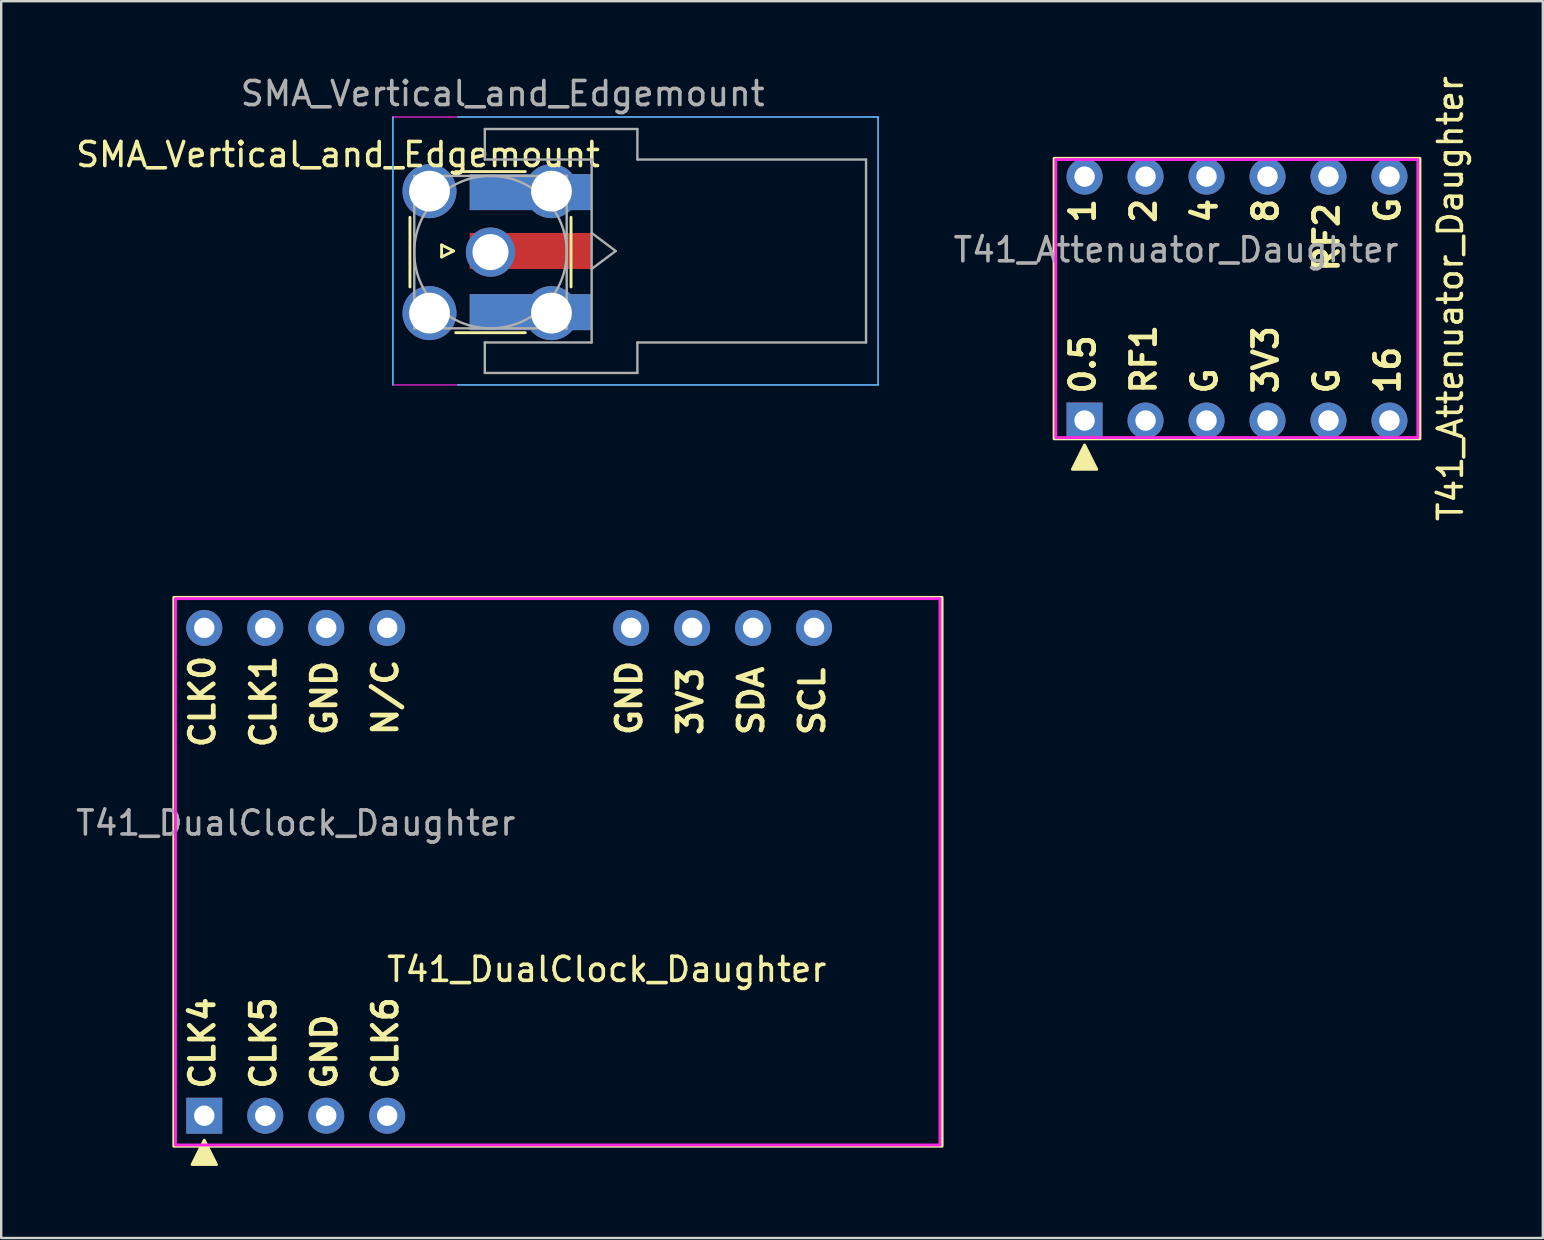
<source format=kicad_pcb>
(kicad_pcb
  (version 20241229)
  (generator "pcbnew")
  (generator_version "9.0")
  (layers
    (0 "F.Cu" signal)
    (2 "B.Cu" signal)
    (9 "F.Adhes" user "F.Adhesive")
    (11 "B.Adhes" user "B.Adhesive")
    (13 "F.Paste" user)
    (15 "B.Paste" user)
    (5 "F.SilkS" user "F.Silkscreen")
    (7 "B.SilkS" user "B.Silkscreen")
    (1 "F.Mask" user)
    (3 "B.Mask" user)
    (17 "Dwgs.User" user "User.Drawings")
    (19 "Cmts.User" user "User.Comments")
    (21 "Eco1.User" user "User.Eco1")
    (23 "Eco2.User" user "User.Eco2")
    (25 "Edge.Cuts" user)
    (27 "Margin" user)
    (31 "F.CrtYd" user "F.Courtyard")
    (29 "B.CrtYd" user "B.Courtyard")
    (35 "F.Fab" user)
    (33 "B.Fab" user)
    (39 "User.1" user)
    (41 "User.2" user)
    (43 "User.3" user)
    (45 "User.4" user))
  (footprint "T41_Attenuator_Daughter"
    (layer "F.Cu")
    (at 42.126 9.387)
    (property "Reference" "T41_Attenuator_Daughter" (at 15.24 0 90) (layer "F.SilkS") (effects (font (size 1 1) (thickness 0.15))))
    (attr through_hole)
    (fp_rect (start 13.97 -5.842) (end -1.27 5.842) (stroke (width 0.12) (type default)) (fill no) (layer "F.SilkS"))
    (fp_poly (pts (xy 0 6.096) (xy -0.508 7.112) (xy 0.508 7.112)) (stroke (width 0.12) (type solid)) (fill yes) (layer "F.SilkS"))
    (fp_rect (start -1.2 -5.79) (end 13.88 5.79) (stroke (width 0.12) (type default)) (fill no) (layer "F.CrtYd"))
    (fp_text user "RF2" (at 10.668 -1.016 90) (unlocked yes) (layer "F.SilkS") (effects (font (size 1 1) (thickness 0.2) (bold yes)) (justify left bottom)))
    (fp_text user "1" (at 0.508 -3.048 90) (unlocked yes) (layer "F.SilkS") (effects (font (size 1 1) (thickness 0.2) (bold yes)) (justify left bottom)))
    (fp_text user "G" (at 13.208 -3.048 90) (unlocked yes) (layer "F.SilkS") (effects (font (size 1 1) (thickness 0.2) (bold yes)) (justify left bottom)))
    (fp_text user "G" (at 10.668 4.064 90) (unlocked yes) (layer "F.SilkS") (effects (font (size 1 1) (thickness 0.2) (bold yes)) (justify left bottom)))
    (fp_text user "0.5" (at 0.508 4.064 90) (unlocked yes) (layer "F.SilkS") (effects (font (size 1 1) (thickness 0.2) (bold yes)) (justify left bottom)))
    (fp_text user "8" (at 8.128 -3.048 90) (unlocked yes) (layer "F.SilkS") (effects (font (size 1 1) (thickness 0.2) (bold yes)) (justify left bottom)))
    (fp_text user "RF1" (at 3.048 4.064 90) (unlocked yes) (layer "F.SilkS") (effects (font (size 1 1) (thickness 0.2) (bold yes)) (justify left bottom)))
    (fp_text user "16" (at 13.208 4.064 90) (unlocked yes) (layer "F.SilkS") (effects (font (size 1 1) (thickness 0.2) (bold yes)) (justify left bottom)))
    (fp_text user "3V3" (at 8.128 4.064 90) (unlocked yes) (layer "F.SilkS") (effects (font (size 1 1) (thickness 0.2) (bold yes)) (justify left bottom)))
    (fp_text user "4" (at 5.588 -3.048 90) (unlocked yes) (layer "F.SilkS") (effects (font (size 1 1) (thickness 0.2) (bold yes)) (justify left bottom)))
    (fp_text user "G" (at 5.588 4.064 90) (unlocked yes) (layer "F.SilkS") (effects (font (size 1 1) (thickness 0.2) (bold yes)) (justify left bottom)))
    (fp_text user "2" (at 3.048 -3.048 90) (unlocked yes) (layer "F.SilkS") (effects (font (size 1 1) (thickness 0.2) (bold yes)) (justify left bottom)))
    (fp_text user "${REFERENCE}" (at 3.81 -2.032 180) (layer "F.Fab") (effects (font (size 1 1) (thickness 0.15))))
    (pad "1" thru_hole rect (at 0 5.08 90) (size 1.5 1.5) (drill 0.85) (layers "*.Cu" "*.Mask"))
    (pad "2" thru_hole circle (at 2.54 5.08 90) (size 1.5 1.5) (drill 0.85) (layers "*.Cu" "*.Mask"))
    (pad "3" thru_hole circle (at 5.08 5.08 90) (size 1.5 1.5) (drill 0.85) (layers "*.Cu" "*.Mask"))
    (pad "4" thru_hole circle (at 7.62 5.08 90) (size 1.5 1.5) (drill 0.85) (layers "*.Cu" "*.Mask"))
    (pad "5" thru_hole circle (at 10.16 5.08 90) (size 1.5 1.5) (drill 0.85) (layers "*.Cu" "*.Mask"))
    (pad "6" thru_hole circle (at 12.7 5.08 90) (size 1.5 1.5) (drill 0.85) (layers "*.Cu" "*.Mask"))
    (pad "7" thru_hole circle (at 12.7 -5.08 90) (size 1.5 1.5) (drill 0.85) (layers "*.Cu" "*.Mask"))
    (pad "8" thru_hole circle (at 10.16 -5.08 90) (size 1.5 1.5) (drill 0.85) (layers "*.Cu" "*.Mask"))
    (pad "9" thru_hole circle (at 7.62 -5.08 90) (size 1.5 1.5) (drill 0.85) (layers "*.Cu" "*.Mask"))
    (pad "10" thru_hole circle (at 5.08 -5.08 90) (size 1.5 1.5) (drill 0.85) (layers "*.Cu" "*.Mask"))
    (pad "11" thru_hole circle (at 2.54 -5.08 90) (size 1.5 1.5) (drill 0.85) (layers "*.Cu" "*.Mask"))
    (pad "12" thru_hole circle (at 0 -5.08 90) (size 1.5 1.5) (drill 0.85) (layers "*.Cu" "*.Mask")))
  (footprint "T41_DualClock_Daughter"
    (layer "F.Cu")
    (at 5.458 33.264)
    (property "Reference" "T41_DualClock_Daughter" (at 16.764 4.064 180) (layer "F.SilkS") (effects (font (size 1 1) (thickness 0.15))))
    (attr through_hole)
    (fp_rect (start 30.734 -11.43) (end -1.27 11.43) (stroke (width 0.12) (type default)) (fill no) (layer "F.SilkS"))
    (fp_poly (pts (xy 0 11.176) (xy -0.508 12.192) (xy 0.508 12.192)) (stroke (width 0.12) (type solid)) (fill yes) (layer "F.SilkS"))
    (fp_rect (start -1.2 -11.378) (end 30.644 11.378) (stroke (width 0.12) (type default)) (fill no) (layer "F.CrtYd"))
    (fp_text user "GND" (at 5.588 9.144 90) (unlocked yes) (layer "F.SilkS") (effects (font (size 1 1) (thickness 0.2) (bold yes)) (justify left bottom)))
    (fp_text user "CLK0" (at 0.508 -5.08 90) (unlocked yes) (layer "F.SilkS") (effects (font (size 1 1) (thickness 0.2) (bold yes)) (justify left bottom)))
    (fp_text user "CLK5" (at 3.048 9.144 90) (unlocked yes) (layer "F.SilkS") (effects (font (size 1 1) (thickness 0.2) (bold yes)) (justify left bottom)))
    (fp_text user "SDA" (at 23.368 -5.588 90) (unlocked yes) (layer "F.SilkS") (effects (font (size 1 1) (thickness 0.2) (bold yes)) (justify left bottom)))
    (fp_text user "N/C" (at 8.128 -5.588 90) (unlocked yes) (layer "F.SilkS") (effects (font (size 1 1) (thickness 0.2) (bold yes)) (justify left bottom)))
    (fp_text user "GND" (at 18.288 -5.588 90) (unlocked yes) (layer "F.SilkS") (effects (font (size 1 1) (thickness 0.2) (bold yes)) (justify left bottom)))
    (fp_text user "SCL" (at 25.908 -5.588 90) (unlocked yes) (layer "F.SilkS") (effects (font (size 1 1) (thickness 0.2) (bold yes)) (justify left bottom)))
    (fp_text user "3V3" (at 20.828 -5.588 90) (unlocked yes) (layer "F.SilkS") (effects (font (size 1 1) (thickness 0.2) (bold yes)) (justify left bottom)))
    (fp_text user "GND" (at 5.588 -5.588 90) (unlocked yes) (layer "F.SilkS") (effects (font (size 1 1) (thickness 0.2) (bold yes)) (justify left bottom)))
    (fp_text user "CLK6" (at 8.128 9.144 90) (unlocked yes) (layer "F.SilkS") (effects (font (size 1 1) (thickness 0.2) (bold yes)) (justify left bottom)))
    (fp_text user "CLK4" (at 0.508 9.144 90) (unlocked yes) (layer "F.SilkS") (effects (font (size 1 1) (thickness 0.2) (bold yes)) (justify left bottom)))
    (fp_text user "CLK1" (at 3.048 -5.08 90) (unlocked yes) (layer "F.SilkS") (effects (font (size 1 1) (thickness 0.2) (bold yes)) (justify left bottom)))
    (fp_text user "${REFERENCE}" (at 3.81 -2.032 180) (layer "F.Fab") (effects (font (size 1 1) (thickness 0.15))))
    (pad "1" thru_hole rect (at 0 10.16 90) (size 1.5 1.5) (drill 0.85) (layers "*.Cu" "*.Mask"))
    (pad "2" thru_hole circle (at 2.54 10.16 90) (size 1.5 1.5) (drill 0.85) (layers "*.Cu" "*.Mask"))
    (pad "3" thru_hole circle (at 5.08 10.16 90) (size 1.5 1.5) (drill 0.85) (layers "*.Cu" "*.Mask"))
    (pad "4" thru_hole circle (at 7.62 10.16 90) (size 1.5 1.5) (drill 0.85) (layers "*.Cu" "*.Mask"))
    (pad "5" thru_hole circle (at 25.4 -10.16 90) (size 1.5 1.5) (drill 0.85) (layers "*.Cu" "*.Mask"))
    (pad "6" thru_hole circle (at 22.86 -10.16 90) (size 1.5 1.5) (drill 0.85) (layers "*.Cu" "*.Mask"))
    (pad "7" thru_hole circle (at 20.32 -10.16 90) (size 1.5 1.5) (drill 0.85) (layers "*.Cu" "*.Mask"))
    (pad "8" thru_hole circle (at 17.78 -10.16 90) (size 1.5 1.5) (drill 0.85) (layers "*.Cu" "*.Mask"))
    (pad "9" thru_hole circle (at 7.62 -10.16 90) (size 1.5 1.5) (drill 0.85) (layers "*.Cu" "*.Mask"))
    (pad "10" thru_hole circle (at 5.08 -10.16 90) (size 1.5 1.5) (drill 0.85) (layers "*.Cu" "*.Mask"))
    (pad "11" thru_hole circle (at 2.54 -10.16 90) (size 1.5 1.5) (drill 0.85) (layers "*.Cu" "*.Mask"))
    (pad "12" thru_hole circle (at 0 -10.16 90) (size 1.5 1.5) (drill 0.85) (layers "*.Cu" "*.Mask")))
  (footprint "SMA_Vertical_and_Edgemount"
    (layer "F.Cu")
    (at 17.38 7.452)
    (property "Reference" "SMA_Vertical_and_Edgemount" (at -6.35 -4.064 0) (layer "F.SilkS") (effects (font (size 1 1) (thickness 0.15))))
    (attr through_hole)
    (fp_line (start -3.355 -1.45) (end -3.355 1.45) (stroke (width 0.12) (type solid)) (layer "F.SilkS"))
    (fp_line (start -2.036 -0.298) (end -2.036 0.202) (stroke (width 0.12) (type solid)) (layer "F.SilkS"))
    (fp_line (start -2.036 0.202) (end -1.536 -0.048) (stroke (width 0.12) (type solid)) (layer "F.SilkS"))
    (fp_line (start -1.536 -0.048) (end -2.036 -0.298) (stroke (width 0.12) (type solid)) (layer "F.SilkS"))
    (fp_line (start -1.45 -3.355) (end 1.45 -3.355) (stroke (width 0.12) (type solid)) (layer "F.SilkS"))
    (fp_line (start -1.45 3.355) (end 1.45 3.355) (stroke (width 0.12) (type solid)) (layer "F.SilkS"))
    (fp_line (start 3.355 -1.45) (end 3.355 1.45) (stroke (width 0.12) (type solid)) (layer "F.SilkS"))
    (fp_line (start -4.064 5.532) (end -4.064 -5.628) (stroke (width 0.05) (type solid)) (layer "B.CrtYd"))
    (fp_line (start 16.144 -5.628) (end -1.366 -5.628) (stroke (width 0.05) (type solid)) (layer "B.CrtYd"))
    (fp_line (start 16.144 -5.628) (end 16.144 5.532) (stroke (width 0.05) (type solid)) (layer "B.CrtYd"))
    (fp_line (start 16.144 5.532) (end -1.366 5.532) (stroke (width 0.05) (type solid)) (layer "B.CrtYd"))
    (fp_line (start -4.064 5.532) (end -4.064 -5.628) (stroke (width 0.05) (type solid)) (layer "F.CrtYd"))
    (fp_line (start 16.144 -5.628) (end -4.064 -5.628) (stroke (width 0.05) (type solid)) (layer "F.CrtYd"))
    (fp_line (start 16.144 -5.628) (end 16.144 5.532) (stroke (width 0.05) (type solid)) (layer "F.CrtYd"))
    (fp_line (start 16.144 5.532) (end -4.064 5.532) (stroke (width 0.05) (type solid)) (layer "F.CrtYd"))
    (fp_line (start -3.175 -3.175) (end -3.175 3.175) (stroke (width 0.1) (type solid)) (layer "F.Fab"))
    (fp_line (start -3.175 -3.175) (end 3.175 -3.175) (stroke (width 0.1) (type solid)) (layer "F.Fab"))
    (fp_line (start -3.175 3.175) (end 3.175 3.175) (stroke (width 0.1) (type solid)) (layer "F.Fab"))
    (fp_line (start -0.236 -5.128) (end -0.236 -3.858) (stroke (width 0.1) (type solid)) (layer "F.Fab"))
    (fp_line (start -0.236 -5.128) (end 6.119 -5.128) (stroke (width 0.1) (type solid)) (layer "F.Fab"))
    (fp_line (start -0.236 -3.858) (end 4.214 -3.858) (stroke (width 0.1) (type solid)) (layer "F.Fab"))
    (fp_line (start -0.236 3.762) (end -0.236 5.032) (stroke (width 0.1) (type solid)) (layer "F.Fab"))
    (fp_line (start -0.236 5.032) (end 6.119 5.032) (stroke (width 0.1) (type solid)) (layer "F.Fab"))
    (fp_line (start 3.175 -3.175) (end 3.175 3.175) (stroke (width 0.1) (type solid)) (layer "F.Fab"))
    (fp_line (start 4.214 -3.858) (end 4.214 3.762) (stroke (width 0.1) (type solid)) (layer "F.Fab"))
    (fp_line (start 4.214 -0.798) (end 5.214 -0.048) (stroke (width 0.1) (type solid)) (layer "F.Fab"))
    (fp_line (start 4.214 3.762) (end -0.236 3.762) (stroke (width 0.1) (type solid)) (layer "F.Fab"))
    (fp_line (start 5.214 -0.048) (end 4.214 0.702) (stroke (width 0.1) (type solid)) (layer "F.Fab"))
    (fp_line (start 6.119 -3.858) (end 6.119 -5.128) (stroke (width 0.1) (type solid)) (layer "F.Fab"))
    (fp_line (start 6.119 -3.858) (end 15.644 -3.858) (stroke (width 0.1) (type solid)) (layer "F.Fab"))
    (fp_line (start 6.119 5.032) (end 6.119 3.762) (stroke (width 0.1) (type solid)) (layer "F.Fab"))
    (fp_line (start 15.644 -3.858) (end 15.644 3.762) (stroke (width 0.1) (type solid)) (layer "F.Fab"))
    (fp_line (start 15.644 3.762) (end 6.119 3.762) (stroke (width 0.1) (type solid)) (layer "F.Fab"))
    (fp_circle (center 0 0) (end 3.175 0) (stroke (width 0.1) (type solid)) (fill no) (layer "F.Fab"))
    (fp_text user "${REFERENCE}" (at 0.508 -6.604 0) (layer "F.Fab") (effects (font (size 1 1) (thickness 0.15))))
    (pad "1" thru_hole circle (at 0 0) (size 2.05 2.05) (drill 1.5) (layers "*.Cu" "*.Mask"))
    (pad "1" smd rect (at 1.674 -0.048 90) (size 1.5 5.08) (layers "F.Cu" "F.Mask" "F.Paste"))
    (pad "2" thru_hole circle (at -2.54 -2.54) (size 2.25 2.25) (drill 1.7) (layers "*.Cu" "*.Mask"))
    (pad "2" thru_hole circle (at -2.54 2.54) (size 2.25 2.25) (drill 1.7) (layers "*.Cu" "*.Mask"))
    (pad "2" smd rect (at 1.674 -2.5 90) (size 1.5 5.08) (layers "F.Cu" "F.Mask" "F.Paste"))
    (pad "2" smd rect (at 1.674 -2.5 90) (size 1.5 5.08) (layers "B.Cu" "B.Mask" "B.Paste"))
    (pad "2" smd rect (at 1.674 2.5 90) (size 1.5 5.08) (layers "F.Cu" "F.Mask" "F.Paste"))
    (pad "2" smd rect (at 1.674 2.5 90) (size 1.5 5.08) (layers "B.Cu" "B.Mask" "B.Paste"))
    (pad "2" thru_hole circle (at 2.54 -2.54) (size 2.25 2.25) (drill 1.7) (layers "*.Cu" "*.Mask"))
    (pad "2" thru_hole circle (at 2.54 2.54) (size 2.25 2.25) (drill 1.7) (layers "*.Cu" "*.Mask")))
  (gr_rect
    (start -3 -3)
    (end 61.214 48.516)
    (stroke (width 0.1) (type default))
    (fill no)
    (layer "Edge.Cuts")))
</source>
